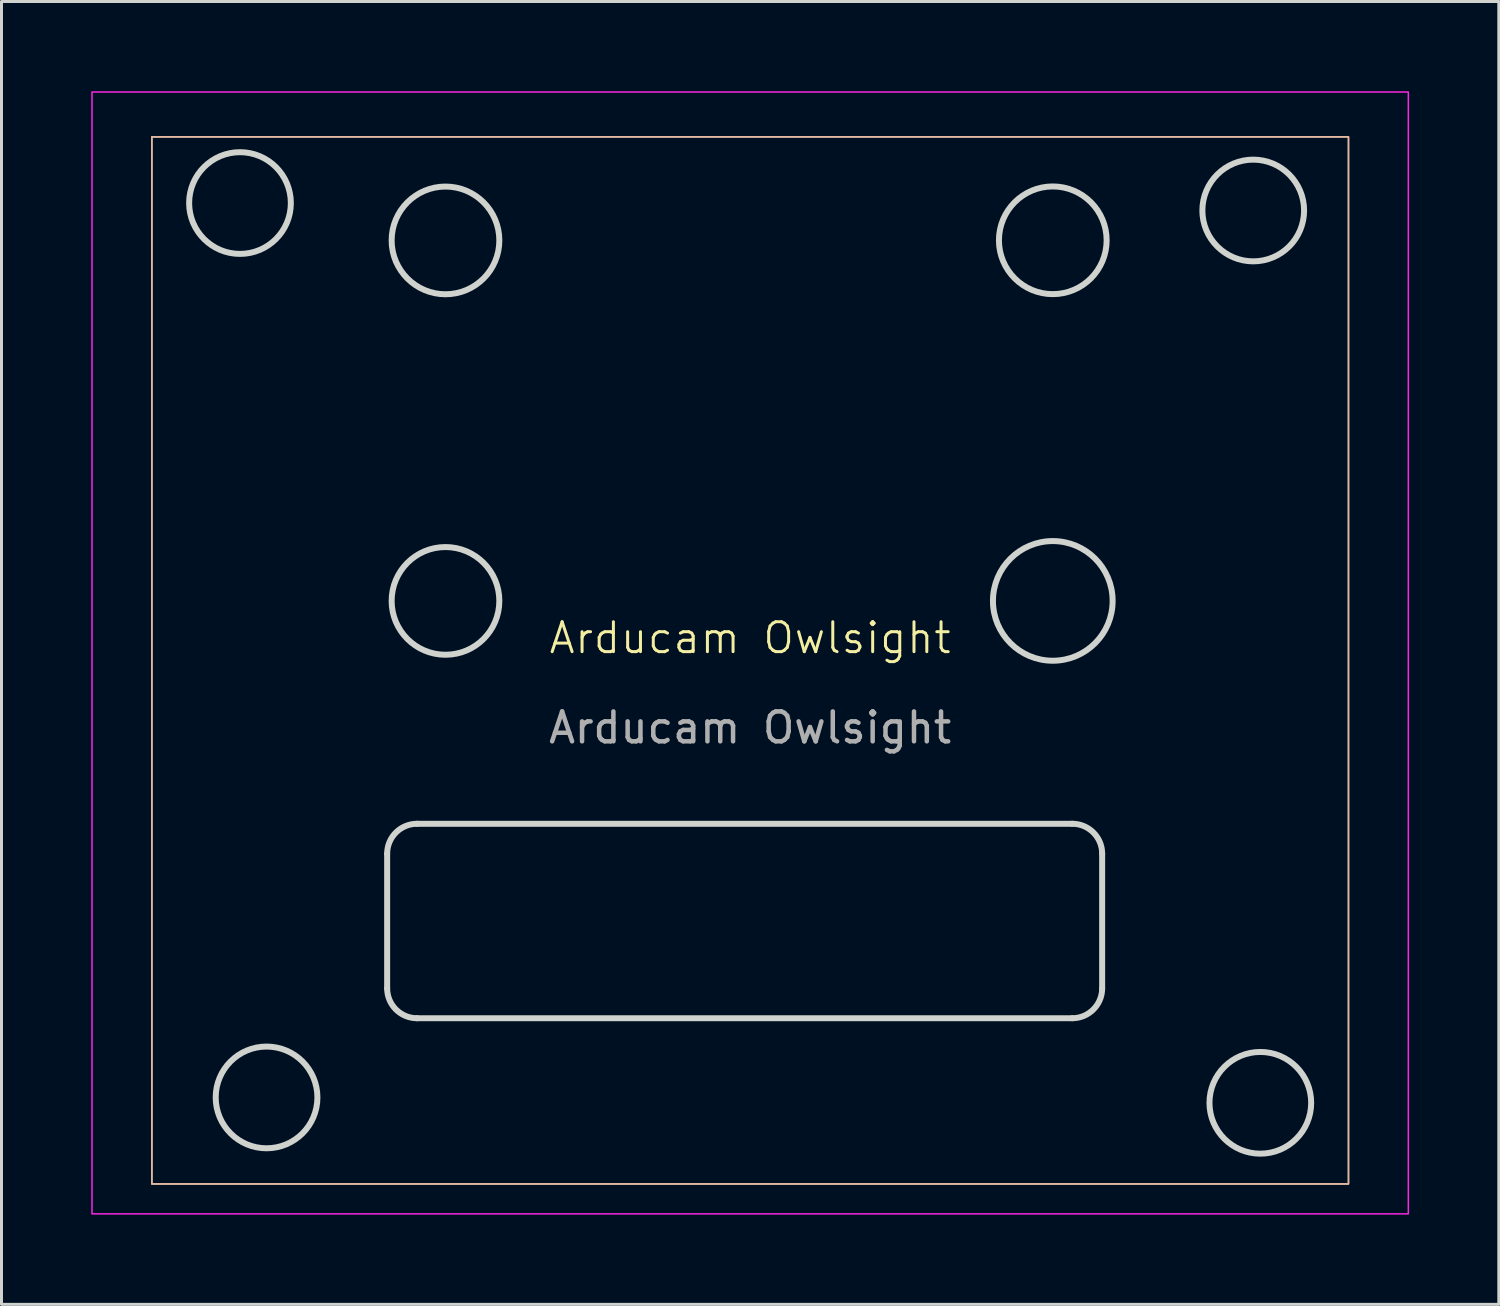
<source format=kicad_pcb>
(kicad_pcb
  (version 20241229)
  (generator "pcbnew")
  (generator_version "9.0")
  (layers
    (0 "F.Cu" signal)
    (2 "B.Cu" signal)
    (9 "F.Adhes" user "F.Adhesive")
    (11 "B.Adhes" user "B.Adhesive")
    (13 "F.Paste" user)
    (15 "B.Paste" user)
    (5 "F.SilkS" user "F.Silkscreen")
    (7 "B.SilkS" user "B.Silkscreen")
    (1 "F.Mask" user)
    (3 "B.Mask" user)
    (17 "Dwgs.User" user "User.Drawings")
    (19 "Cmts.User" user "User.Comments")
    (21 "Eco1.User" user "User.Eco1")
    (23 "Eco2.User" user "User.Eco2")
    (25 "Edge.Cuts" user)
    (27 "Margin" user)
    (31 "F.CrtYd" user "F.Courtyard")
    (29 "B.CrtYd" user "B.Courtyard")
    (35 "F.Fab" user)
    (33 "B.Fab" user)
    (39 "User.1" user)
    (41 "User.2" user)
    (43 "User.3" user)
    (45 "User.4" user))
  (footprint "Arducam Owlsight"
    (layer "F.Cu")
    (at 22.025 18.775)
    (property "Reference" "Arducam Owlsight" (at 0 -0.5 0) (unlocked yes) (layer "F.SilkS") (effects (font (size 1 1) (thickness 0.1))))
    (attr smd exclude_from_pos_files exclude_from_bom)
    (fp_rect (start -20 -17.25) (end 20 17.75) (stroke (width 0.05) (type solid)) (fill no) (layer "F.SilkS"))
    (fp_rect (start -20 -17.25) (end 20 17.75) (stroke (width 0.05) (type solid)) (fill no) (layer "B.SilkS"))
    (fp_line (start -12.134 11.211) (end -12.134 6.711) (stroke (width 0.2) (type default)) (layer "Edge.Cuts"))
    (fp_line (start -11.134 5.711) (end 10.766 5.711) (stroke (width 0.2) (type default)) (layer "Edge.Cuts"))
    (fp_line (start 10.766 12.211) (end -11.134 12.211) (stroke (width 0.2) (type default)) (layer "Edge.Cuts"))
    (fp_line (start 11.766 6.711) (end 11.766 11.211) (stroke (width 0.2) (type default)) (layer "Edge.Cuts"))
    (fp_arc (start -12.133851 6.710578) (mid -11.840958 6.003471) (end -11.133851 5.710578) (stroke (width 0.2) (type default)) (layer "Edge.Cuts"))
    (fp_arc (start -11.133851 12.210578) (mid -11.840958 11.917685) (end -12.133851 11.210578) (stroke (width 0.2) (type default)) (layer "Edge.Cuts"))
    (fp_arc (start 10.766149 5.710578) (mid 11.473256 6.003471) (end 11.766149 6.710578) (stroke (width 0.2) (type default)) (layer "Edge.Cuts"))
    (fp_arc (start 11.766149 11.210578) (mid 11.473256 11.917685) (end 10.766149 12.210578) (stroke (width 0.2) (type default)) (layer "Edge.Cuts"))
    (fp_circle (center -17.053 -15.038) (end -15.353 -15.038) (stroke (width 0.2) (type default)) (fill no) (layer "Edge.Cuts"))
    (fp_circle (center -16.165 14.858) (end -14.465 14.858) (stroke (width 0.2) (type default)) (fill no) (layer "Edge.Cuts"))
    (fp_circle (center -10.184 -13.789) (end -8.384 -13.789) (stroke (width 0.2) (type solid)) (fill no) (layer "Edge.Cuts"))
    (fp_circle (center -10.184 -1.739) (end -8.384 -1.739) (stroke (width 0.2) (type solid)) (fill no) (layer "Edge.Cuts"))
    (fp_circle (center 10.116 -13.793) (end 11.916 -13.793) (stroke (width 0.2) (type solid)) (fill no) (layer "Edge.Cuts"))
    (fp_circle (center 10.116 -1.739) (end 12.116 -1.739) (stroke (width 0.2) (type solid)) (fill no) (layer "Edge.Cuts"))
    (fp_circle (center 16.816 -14.789) (end 18.516 -14.789) (stroke (width 0.2) (type default)) (fill no) (layer "Edge.Cuts"))
    (fp_circle (center 17.053 15.038) (end 18.753 15.038) (stroke (width 0.2) (type default)) (fill no) (layer "Edge.Cuts"))
    (fp_rect (start -22 -18.75) (end 22 18.75) (stroke (width 0.05) (type solid)) (fill no) (layer "F.CrtYd"))
    (fp_text user "${REFERENCE}" (at 0 2.5 0) (unlocked yes) (layer "F.Fab") (effects (font (size 1 1) (thickness 0.15)))))
  (gr_rect
    (start -3 -3)
    (end 47.05 40.55)
    (stroke (width 0.1) (type default))
    (fill no)
    (layer "Edge.Cuts")))
</source>
